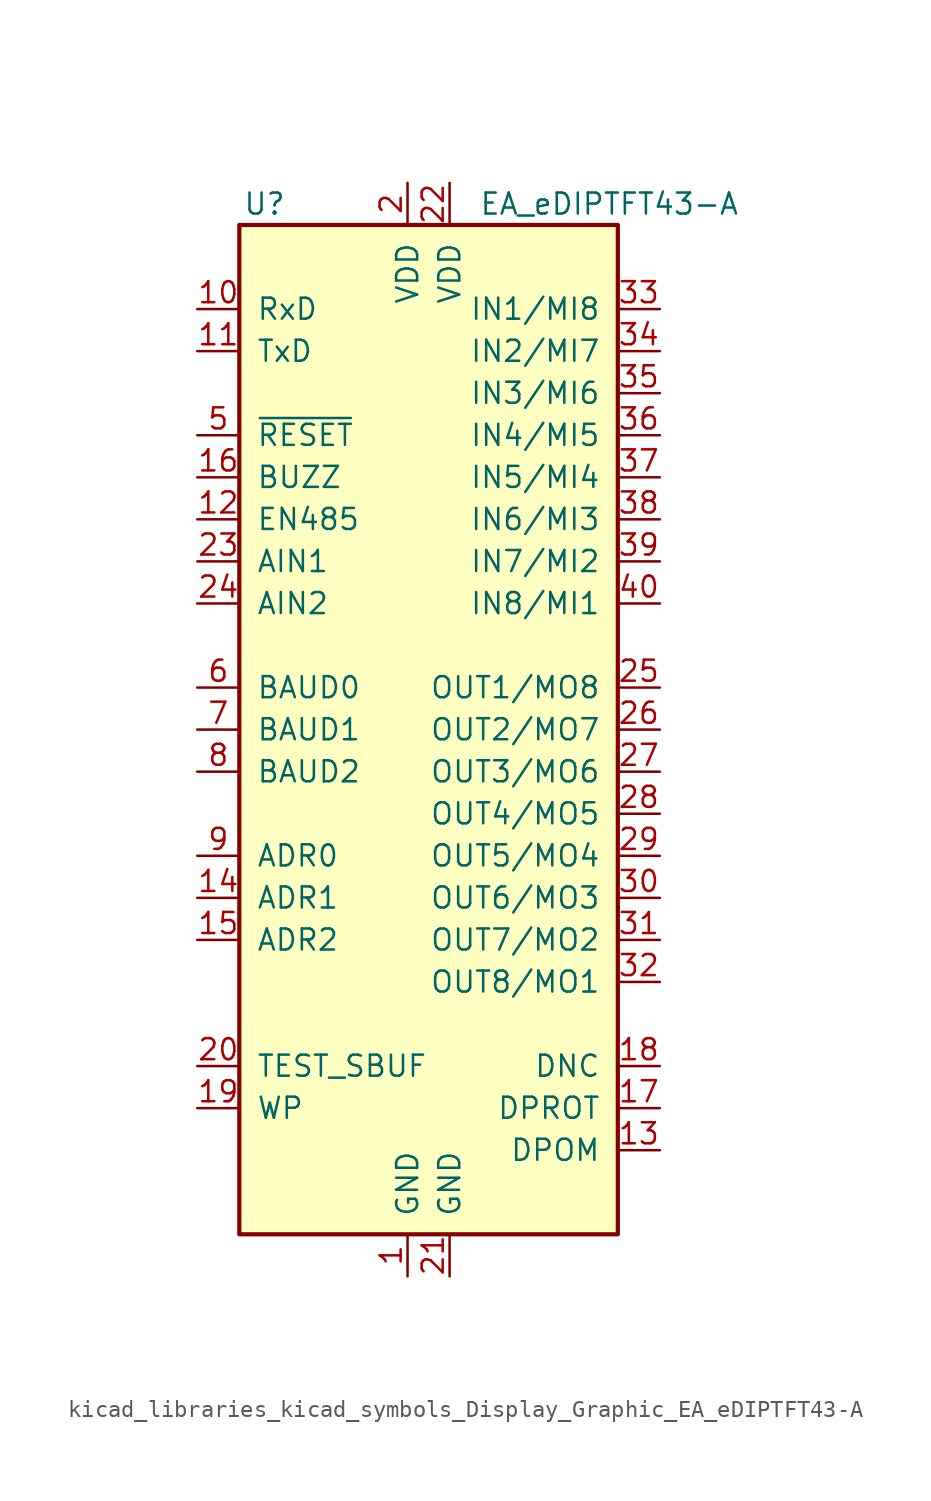
<source format=kicad_sym>
(kicad_symbol_lib
  (version 20220914)
  (generator kicad_symbol_editor)
  (symbol "kicad_libraries_kicad_symbols_Display_Graphic_EA_eDIPTFT43-A"
    (pin_names
      (offset 1.016))
    (property "Reference" "U"
      (at -11.176 31.75 0)
      (effects (font (size 1.27 1.27))))
    (property "Value" "EA_eDIPTFT43-A"
      (at 1.778 31.75 0)
      (effects (font (size 1.27 1.27)) (justify left)))
    (symbol "kicad_libraries_kicad_symbols_Display_Graphic_EA_eDIPTFT43-A_0_1"
      (rectangle (start -12.7 30.48) (end 10.16 -30.48) (stroke (width 0.254) (type default)) (fill (type background))))
    (symbol "kicad_libraries_kicad_symbols_Display_Graphic_EA_eDIPTFT43-A_1_1"
      (pin power_in line (at -2.54 -33.02 90) (length 2.54) (name "GND" (effects (font (size 1.27 1.27)))) (number "1" (effects (font (size 1.27 1.27)))))
      (pin input line (at -15.24 25.4 0) (length 2.54) (name "RxD" (effects (font (size 1.27 1.27)))) (number "10" (effects (font (size 1.27 1.27)))))
      (pin output line (at -15.24 22.86 0) (length 2.54) (name "TxD" (effects (font (size 1.27 1.27)))) (number "11" (effects (font (size 1.27 1.27)))))
      (pin output line (at -15.24 12.7 0) (length 2.54) (name "EN485" (effects (font (size 1.27 1.27)))) (number "12" (effects (font (size 1.27 1.27)))))
      (pin input line (at 12.7 -25.4 180) (length 2.54) (name "DPOM" (effects (font (size 1.27 1.27)))) (number "13" (effects (font (size 1.27 1.27)))))
      (pin input line (at -15.24 -10.16 0) (length 2.54) (name "ADR1" (effects (font (size 1.27 1.27)))) (number "14" (effects (font (size 1.27 1.27)))))
      (pin input line (at -15.24 -12.7 0) (length 2.54) (name "ADR2" (effects (font (size 1.27 1.27)))) (number "15" (effects (font (size 1.27 1.27)))))
      (pin output line (at -15.24 15.24 0) (length 2.54) (name "BUZZ" (effects (font (size 1.27 1.27)))) (number "16" (effects (font (size 1.27 1.27)))))
      (pin input line (at 12.7 -22.86 180) (length 2.54) (name "DPROT" (effects (font (size 1.27 1.27)))) (number "17" (effects (font (size 1.27 1.27)))))
      (pin output line (at 12.7 -20.32 180) (length 2.54) (name "DNC" (effects (font (size 1.27 1.27)))) (number "18" (effects (font (size 1.27 1.27)))))
      (pin input line (at -15.24 -22.86 0) (length 2.54) (name "WP" (effects (font (size 1.27 1.27)))) (number "19" (effects (font (size 1.27 1.27)))))
      (pin power_in line (at -2.54 33.02 270) (length 2.54) (name "VDD" (effects (font (size 1.27 1.27)))) (number "2" (effects (font (size 1.27 1.27)))))
      (pin bidirectional line (at -15.24 -20.32 0) (length 2.54) (name "TEST_SBUF" (effects (font (size 1.27 1.27)))) (number "20" (effects (font (size 1.27 1.27)))))
      (pin power_in line (at 0 -33.02 90) (length 2.54) (name "GND" (effects (font (size 1.27 1.27)))) (number "21" (effects (font (size 1.27 1.27)))))
      (pin power_in line (at 0 33.02 270) (length 2.54) (name "VDD" (effects (font (size 1.27 1.27)))) (number "22" (effects (font (size 1.27 1.27)))))
      (pin input line (at -15.24 10.16 0) (length 2.54) (name "AIN1" (effects (font (size 1.27 1.27)))) (number "23" (effects (font (size 1.27 1.27)))))
      (pin input line (at -15.24 7.62 0) (length 2.54) (name "AIN2" (effects (font (size 1.27 1.27)))) (number "24" (effects (font (size 1.27 1.27)))))
      (pin output line (at 12.7 2.54 180) (length 2.54) (name "OUT1/MO8" (effects (font (size 1.27 1.27)))) (number "25" (effects (font (size 1.27 1.27)))))
      (pin output line (at 12.7 0 180) (length 2.54) (name "OUT2/MO7" (effects (font (size 1.27 1.27)))) (number "26" (effects (font (size 1.27 1.27)))))
      (pin output line (at 12.7 -2.54 180) (length 2.54) (name "OUT3/MO6" (effects (font (size 1.27 1.27)))) (number "27" (effects (font (size 1.27 1.27)))))
      (pin output line (at 12.7 -5.08 180) (length 2.54) (name "OUT4/MO5" (effects (font (size 1.27 1.27)))) (number "28" (effects (font (size 1.27 1.27)))))
      (pin output line (at 12.7 -7.62 180) (length 2.54) (name "OUT5/MO4" (effects (font (size 1.27 1.27)))) (number "29" (effects (font (size 1.27 1.27)))))
      (pin no_connect line (at 10.16 -27.94 180) (length 2.54) hide (name "NC" (effects (font (size 1.27 1.27)))) (number "3" (effects (font (size 1.27 1.27)))))
      (pin output line (at 12.7 -10.16 180) (length 2.54) (name "OUT6/MO3" (effects (font (size 1.27 1.27)))) (number "30" (effects (font (size 1.27 1.27)))))
      (pin output line (at 12.7 -12.7 180) (length 2.54) (name "OUT7/MO2" (effects (font (size 1.27 1.27)))) (number "31" (effects (font (size 1.27 1.27)))))
      (pin output line (at 12.7 -15.24 180) (length 2.54) (name "OUT8/MO1" (effects (font (size 1.27 1.27)))) (number "32" (effects (font (size 1.27 1.27)))))
      (pin input line (at 12.7 25.4 180) (length 2.54) (name "IN1/MI8" (effects (font (size 1.27 1.27)))) (number "33" (effects (font (size 1.27 1.27)))))
      (pin input line (at 12.7 22.86 180) (length 2.54) (name "IN2/MI7" (effects (font (size 1.27 1.27)))) (number "34" (effects (font (size 1.27 1.27)))))
      (pin input line (at 12.7 20.32 180) (length 2.54) (name "IN3/MI6" (effects (font (size 1.27 1.27)))) (number "35" (effects (font (size 1.27 1.27)))))
      (pin input line (at 12.7 17.78 180) (length 2.54) (name "IN4/MI5" (effects (font (size 1.27 1.27)))) (number "36" (effects (font (size 1.27 1.27)))))
      (pin input line (at 12.7 15.24 180) (length 2.54) (name "IN5/MI4" (effects (font (size 1.27 1.27)))) (number "37" (effects (font (size 1.27 1.27)))))
      (pin input line (at 12.7 12.7 180) (length 2.54) (name "IN6/MI3" (effects (font (size 1.27 1.27)))) (number "38" (effects (font (size 1.27 1.27)))))
      (pin input line (at 12.7 10.16 180) (length 2.54) (name "IN7/MI2" (effects (font (size 1.27 1.27)))) (number "39" (effects (font (size 1.27 1.27)))))
      (pin no_connect line (at -12.7 -27.94 0) (length 2.54) hide (name "NC" (effects (font (size 1.27 1.27)))) (number "4" (effects (font (size 1.27 1.27)))))
      (pin input line (at 12.7 7.62 180) (length 2.54) (name "IN8/MI1" (effects (font (size 1.27 1.27)))) (number "40" (effects (font (size 1.27 1.27)))))
      (pin input line (at -15.24 17.78 0) (length 2.54) (name "~{RESET}" (effects (font (size 1.27 1.27)))) (number "5" (effects (font (size 1.27 1.27)))))
      (pin input line (at -15.24 2.54 0) (length 2.54) (name "BAUD0" (effects (font (size 1.27 1.27)))) (number "6" (effects (font (size 1.27 1.27)))))
      (pin input line (at -15.24 0 0) (length 2.54) (name "BAUD1" (effects (font (size 1.27 1.27)))) (number "7" (effects (font (size 1.27 1.27)))))
      (pin input line (at -15.24 -2.54 0) (length 2.54) (name "BAUD2" (effects (font (size 1.27 1.27)))) (number "8" (effects (font (size 1.27 1.27)))))
      (pin input line (at -15.24 -7.62 0) (length 2.54) (name "ADR0" (effects (font (size 1.27 1.27)))) (number "9" (effects (font (size 1.27 1.27))))))))
</source>
